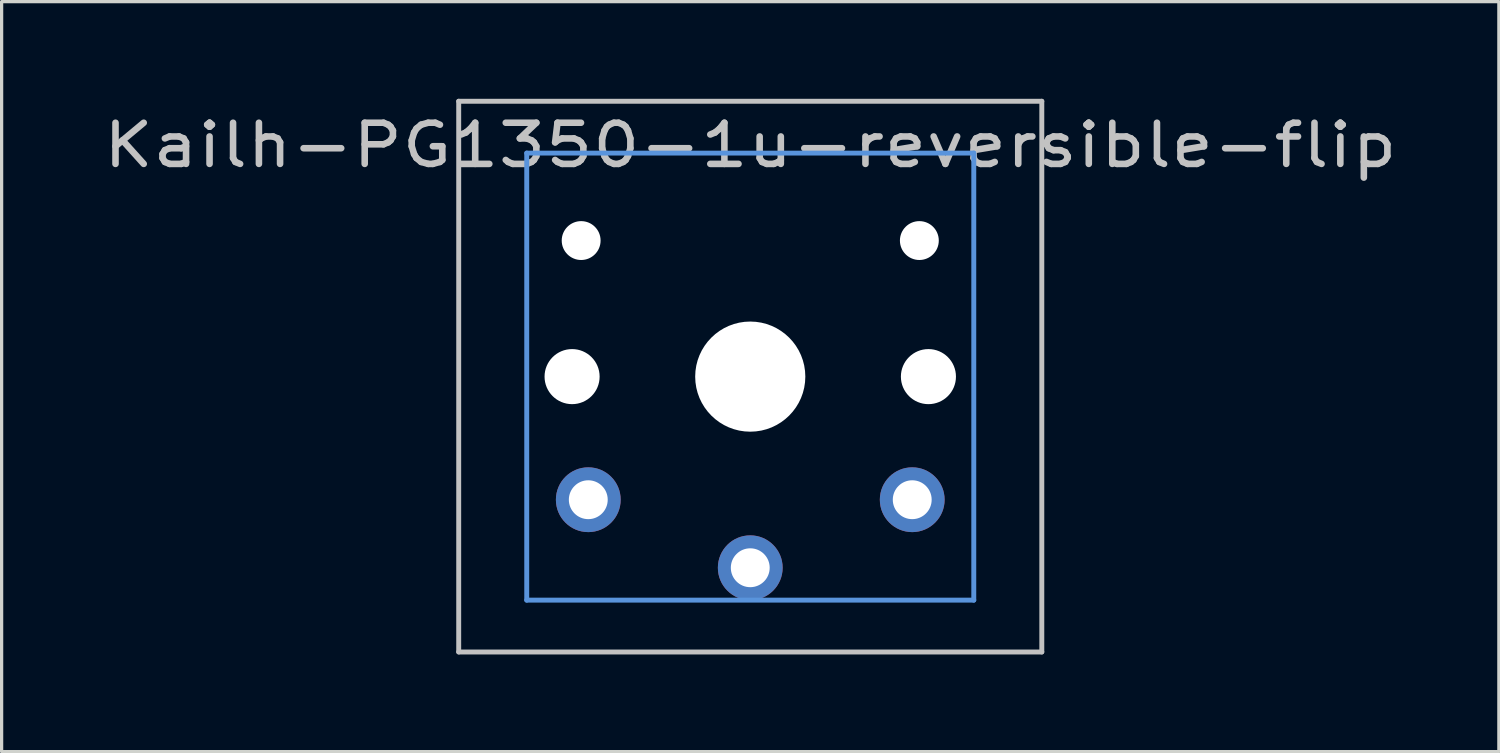
<source format=kicad_pcb>
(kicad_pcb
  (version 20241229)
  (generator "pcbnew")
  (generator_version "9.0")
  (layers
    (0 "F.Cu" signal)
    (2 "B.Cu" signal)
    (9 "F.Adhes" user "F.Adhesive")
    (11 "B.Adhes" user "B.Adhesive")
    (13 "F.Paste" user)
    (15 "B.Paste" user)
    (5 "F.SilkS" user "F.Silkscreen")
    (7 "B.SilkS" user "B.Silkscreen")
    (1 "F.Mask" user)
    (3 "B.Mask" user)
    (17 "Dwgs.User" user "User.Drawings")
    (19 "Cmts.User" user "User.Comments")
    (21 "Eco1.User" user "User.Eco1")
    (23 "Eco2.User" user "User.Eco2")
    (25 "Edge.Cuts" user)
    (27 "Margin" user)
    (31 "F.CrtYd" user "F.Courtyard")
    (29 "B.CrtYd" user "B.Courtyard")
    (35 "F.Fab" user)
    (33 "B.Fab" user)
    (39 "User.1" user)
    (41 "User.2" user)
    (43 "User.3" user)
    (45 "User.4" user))
  (footprint "Kailh-PG1350-1u-reversible-flip"
    (layer "F.Cu")
    (at 20.11 8.576)
    (property "Reference" "Kailh-PG1350-1u-reversible-flip" (at 0 -7.144 180) (layer "Dwgs.User") (effects (font (size 1.27 1.524) (thickness 0.203))))
    (attr through_hole)
    (fp_line (start -9 -8.5) (end 9 -8.5) (stroke (width 0.152) (type solid)) (layer "Dwgs.User"))
    (fp_line (start -9 8.5) (end -9 -8.5) (stroke (width 0.152) (type solid)) (layer "Dwgs.User"))
    (fp_line (start 9 -8.5) (end 9 8.5) (stroke (width 0.152) (type solid)) (layer "Dwgs.User"))
    (fp_line (start 9 8.5) (end -9 8.5) (stroke (width 0.152) (type solid)) (layer "Dwgs.User"))
    (fp_line (start -6.9 -6.9) (end 6.9 -6.9) (stroke (width 0.152) (type solid)) (layer "Cmts.User"))
    (fp_line (start -6.9 6.9) (end -6.9 -6.9) (stroke (width 0.152) (type solid)) (layer "Cmts.User"))
    (fp_line (start 6.9 -6.9) (end 6.9 6.9) (stroke (width 0.152) (type solid)) (layer "Cmts.User"))
    (fp_line (start 6.9 6.9) (end -6.9 6.9) (stroke (width 0.152) (type solid)) (layer "Cmts.User"))
    (fp_line (start -7.5 -7.5) (end 7.5 -7.5) (stroke (width 0.152) (type solid)) (layer "Eco2.User"))
    (fp_line (start -7.5 7.5) (end -7.5 -7.5) (stroke (width 0.152) (type solid)) (layer "Eco2.User"))
    (fp_line (start 7.5 -7.5) (end 7.5 7.5) (stroke (width 0.152) (type solid)) (layer "Eco2.User"))
    (fp_line (start 7.5 7.5) (end -7.5 7.5) (stroke (width 0.152) (type solid)) (layer "Eco2.User"))
    (pad "" np_thru_hole circle (at -5.5 0 180) (size 1.7 1.7) (drill 1.7) (layers "*.Cu"))
    (pad "" np_thru_hole circle (at -5.22 -4.2 180) (size 1.2 1.2) (drill 1.2) (layers "*.Cu"))
    (pad "" np_thru_hole circle (at 0 0 180) (size 3.4 3.4) (drill 3.4) (layers "*.Cu"))
    (pad "" np_thru_hole circle (at 5.22 -4.2 180) (size 1.2 1.2) (drill 1.2) (layers "*.Cu"))
    (pad "" np_thru_hole circle (at 5.5 0 180) (size 1.7 1.7) (drill 1.7) (layers "*.Cu"))
    (pad "1" thru_hole circle (at 0 5.9 180) (size 2 2) (drill 1.2) (layers "*.Cu" "*.Mask"))
    (pad "2" thru_hole circle (at -5 3.8 41.9) (size 2 2) (drill 1.2) (layers "*.Cu" "*.Mask"))
    (pad "2" thru_hole circle (at 5 3.8 41.9) (size 2 2) (drill 1.2) (layers "*.Cu" "*.Mask")))
  (gr_rect
    (start -3 -3)
    (end 43.219 20.152)
    (stroke (width 0.1) (type default))
    (fill no)
    (layer "Edge.Cuts")))
</source>
